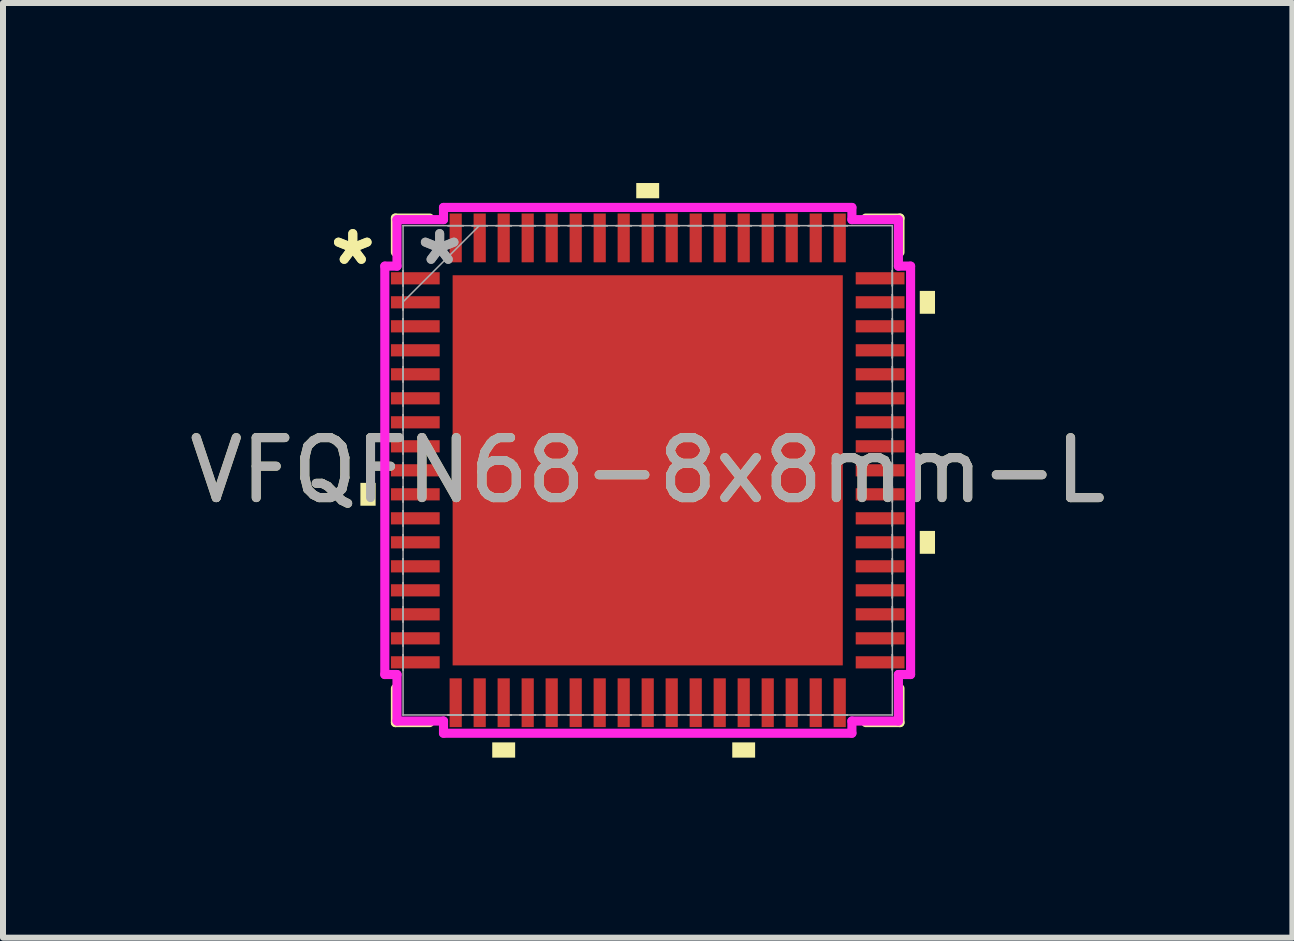
<source format=kicad_pcb>
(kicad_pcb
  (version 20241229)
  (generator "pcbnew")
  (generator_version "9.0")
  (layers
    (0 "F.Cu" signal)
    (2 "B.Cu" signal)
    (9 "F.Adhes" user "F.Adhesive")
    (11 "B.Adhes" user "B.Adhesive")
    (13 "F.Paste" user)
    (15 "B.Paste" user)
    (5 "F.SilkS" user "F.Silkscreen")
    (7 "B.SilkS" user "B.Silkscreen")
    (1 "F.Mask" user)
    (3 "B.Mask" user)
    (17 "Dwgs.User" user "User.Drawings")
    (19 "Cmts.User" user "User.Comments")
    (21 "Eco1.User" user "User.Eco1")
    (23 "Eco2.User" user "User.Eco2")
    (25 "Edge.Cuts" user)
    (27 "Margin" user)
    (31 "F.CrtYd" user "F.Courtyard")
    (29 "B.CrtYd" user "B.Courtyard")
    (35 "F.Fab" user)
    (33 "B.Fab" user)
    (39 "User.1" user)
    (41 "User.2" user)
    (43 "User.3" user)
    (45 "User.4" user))
  (footprint "VFQFN68-8x8mm-L"
    (layer "F.Cu")
    (at 7.744 4.788)
    (property "Reference" "VFQFN68-8x8mm-L" (at 0 0 0) (unlocked yes) (layer "F.SilkS") (effects (font (size 1 1) (thickness 0.15))))
    (attr smd)
    (fp_line (start -4.204 -4.204) (end -4.204 -3.634) (stroke (width 0.152) (type solid)) (layer "F.SilkS"))
    (fp_line (start -4.204 3.634) (end -4.204 4.204) (stroke (width 0.152) (type solid)) (layer "F.SilkS"))
    (fp_line (start -4.204 4.204) (end -3.634 4.204) (stroke (width 0.152) (type solid)) (layer "F.SilkS"))
    (fp_line (start -3.634 -4.204) (end -4.204 -4.204) (stroke (width 0.152) (type solid)) (layer "F.SilkS"))
    (fp_line (start 3.634 4.204) (end 4.204 4.204) (stroke (width 0.152) (type solid)) (layer "F.SilkS"))
    (fp_line (start 4.204 -4.204) (end 3.634 -4.204) (stroke (width 0.152) (type solid)) (layer "F.SilkS"))
    (fp_line (start 4.204 -3.634) (end 4.204 -4.204) (stroke (width 0.152) (type solid)) (layer "F.SilkS"))
    (fp_line (start 4.204 4.204) (end 4.204 3.634) (stroke (width 0.152) (type solid)) (layer "F.SilkS"))
    (fp_poly (pts (xy -4.788 0.209) (xy -4.788 0.59) (xy -4.534 0.59) (xy -4.534 0.209)) (stroke (width 0) (type solid)) (fill yes) (layer "F.SilkS"))
    (fp_poly (pts (xy -2.591 4.534) (xy -2.591 4.788) (xy -2.209 4.788) (xy -2.209 4.534)) (stroke (width 0) (type solid)) (fill yes) (layer "F.SilkS"))
    (fp_poly (pts (xy -0.191 -4.534) (xy -0.191 -4.788) (xy 0.191 -4.788) (xy 0.191 -4.534)) (stroke (width 0) (type solid)) (fill yes) (layer "F.SilkS"))
    (fp_poly (pts (xy 1.409 4.534) (xy 1.409 4.788) (xy 1.79 4.788) (xy 1.79 4.534)) (stroke (width 0) (type solid)) (fill yes) (layer "F.SilkS"))
    (fp_poly (pts (xy 4.788 -2.99) (xy 4.788 -2.609) (xy 4.534 -2.609) (xy 4.534 -2.99)) (stroke (width 0) (type solid)) (fill yes) (layer "F.SilkS"))
    (fp_poly (pts (xy 4.788 1.01) (xy 4.788 1.391) (xy 4.534 1.391) (xy 4.534 1.01)) (stroke (width 0) (type solid)) (fill yes) (layer "F.SilkS"))
    (fp_poly (pts (xy -3.151 -3.151) (xy -3.151 -2.051) (xy -2.051 -2.051) (xy -2.051 -3.151)) (stroke (width 0) (type solid)) (fill yes) (layer "F.Paste"))
    (fp_poly (pts (xy -3.151 -1.851) (xy -3.151 -0.75) (xy -2.051 -0.75) (xy -2.051 -1.851)) (stroke (width 0) (type solid)) (fill yes) (layer "F.Paste"))
    (fp_poly (pts (xy -3.151 -0.55) (xy -3.151 0.55) (xy -2.051 0.55) (xy -2.051 -0.55)) (stroke (width 0) (type solid)) (fill yes) (layer "F.Paste"))
    (fp_poly (pts (xy -3.151 0.75) (xy -3.151 1.851) (xy -2.051 1.851) (xy -2.051 0.75)) (stroke (width 0) (type solid)) (fill yes) (layer "F.Paste"))
    (fp_poly (pts (xy -3.151 2.051) (xy -3.151 3.151) (xy -2.051 3.151) (xy -2.051 2.051)) (stroke (width 0) (type solid)) (fill yes) (layer "F.Paste"))
    (fp_poly (pts (xy -1.851 -3.151) (xy -1.851 -2.051) (xy -0.75 -2.051) (xy -0.75 -3.151)) (stroke (width 0) (type solid)) (fill yes) (layer "F.Paste"))
    (fp_poly (pts (xy -1.851 -1.851) (xy -1.851 -0.75) (xy -0.75 -0.75) (xy -0.75 -1.851)) (stroke (width 0) (type solid)) (fill yes) (layer "F.Paste"))
    (fp_poly (pts (xy -1.851 -0.55) (xy -1.851 0.55) (xy -0.75 0.55) (xy -0.75 -0.55)) (stroke (width 0) (type solid)) (fill yes) (layer "F.Paste"))
    (fp_poly (pts (xy -1.851 0.75) (xy -1.851 1.851) (xy -0.75 1.851) (xy -0.75 0.75)) (stroke (width 0) (type solid)) (fill yes) (layer "F.Paste"))
    (fp_poly (pts (xy -1.851 2.051) (xy -1.851 3.151) (xy -0.75 3.151) (xy -0.75 2.051)) (stroke (width 0) (type solid)) (fill yes) (layer "F.Paste"))
    (fp_poly (pts (xy -0.55 -3.151) (xy -0.55 -2.051) (xy 0.55 -2.051) (xy 0.55 -3.151)) (stroke (width 0) (type solid)) (fill yes) (layer "F.Paste"))
    (fp_poly (pts (xy -0.55 -1.851) (xy -0.55 -0.75) (xy 0.55 -0.75) (xy 0.55 -1.851)) (stroke (width 0) (type solid)) (fill yes) (layer "F.Paste"))
    (fp_poly (pts (xy -0.55 -0.55) (xy -0.55 0.55) (xy 0.55 0.55) (xy 0.55 -0.55)) (stroke (width 0) (type solid)) (fill yes) (layer "F.Paste"))
    (fp_poly (pts (xy -0.55 0.75) (xy -0.55 1.851) (xy 0.55 1.851) (xy 0.55 0.75)) (stroke (width 0) (type solid)) (fill yes) (layer "F.Paste"))
    (fp_poly (pts (xy -0.55 2.051) (xy -0.55 3.151) (xy 0.55 3.151) (xy 0.55 2.051)) (stroke (width 0) (type solid)) (fill yes) (layer "F.Paste"))
    (fp_poly (pts (xy 0.75 -3.151) (xy 0.75 -2.051) (xy 1.851 -2.051) (xy 1.851 -3.151)) (stroke (width 0) (type solid)) (fill yes) (layer "F.Paste"))
    (fp_poly (pts (xy 0.75 -1.851) (xy 0.75 -0.75) (xy 1.851 -0.75) (xy 1.851 -1.851)) (stroke (width 0) (type solid)) (fill yes) (layer "F.Paste"))
    (fp_poly (pts (xy 0.75 -0.55) (xy 0.75 0.55) (xy 1.851 0.55) (xy 1.851 -0.55)) (stroke (width 0) (type solid)) (fill yes) (layer "F.Paste"))
    (fp_poly (pts (xy 0.75 0.75) (xy 0.75 1.851) (xy 1.851 1.851) (xy 1.851 0.75)) (stroke (width 0) (type solid)) (fill yes) (layer "F.Paste"))
    (fp_poly (pts (xy 0.75 2.051) (xy 0.75 3.151) (xy 1.851 3.151) (xy 1.851 2.051)) (stroke (width 0) (type solid)) (fill yes) (layer "F.Paste"))
    (fp_poly (pts (xy 2.051 -3.151) (xy 2.051 -2.051) (xy 3.151 -2.051) (xy 3.151 -3.151)) (stroke (width 0) (type solid)) (fill yes) (layer "F.Paste"))
    (fp_poly (pts (xy 2.051 -1.851) (xy 2.051 -0.75) (xy 3.151 -0.75) (xy 3.151 -1.851)) (stroke (width 0) (type solid)) (fill yes) (layer "F.Paste"))
    (fp_poly (pts (xy 2.051 -0.55) (xy 2.051 0.55) (xy 3.151 0.55) (xy 3.151 -0.55)) (stroke (width 0) (type solid)) (fill yes) (layer "F.Paste"))
    (fp_poly (pts (xy 2.051 0.75) (xy 2.051 1.851) (xy 3.151 1.851) (xy 3.151 0.75)) (stroke (width 0) (type solid)) (fill yes) (layer "F.Paste"))
    (fp_poly (pts (xy 2.051 2.051) (xy 2.051 3.151) (xy 3.151 3.151) (xy 3.151 2.051)) (stroke (width 0) (type solid)) (fill yes) (layer "F.Paste"))
    (fp_line (start -4.381 -3.403) (end -4.178 -3.403) (stroke (width 0.152) (type solid)) (layer "F.CrtYd"))
    (fp_line (start -4.381 3.403) (end -4.381 -3.403) (stroke (width 0.152) (type solid)) (layer "F.CrtYd"))
    (fp_line (start -4.178 -4.178) (end -3.403 -4.178) (stroke (width 0.152) (type solid)) (layer "F.CrtYd"))
    (fp_line (start -4.178 -3.403) (end -4.178 -4.178) (stroke (width 0.152) (type solid)) (layer "F.CrtYd"))
    (fp_line (start -4.178 3.403) (end -4.381 3.403) (stroke (width 0.152) (type solid)) (layer "F.CrtYd"))
    (fp_line (start -4.178 4.178) (end -4.178 3.403) (stroke (width 0.152) (type solid)) (layer "F.CrtYd"))
    (fp_line (start -3.403 -4.381) (end 3.403 -4.381) (stroke (width 0.152) (type solid)) (layer "F.CrtYd"))
    (fp_line (start -3.403 -4.178) (end -3.403 -4.381) (stroke (width 0.152) (type solid)) (layer "F.CrtYd"))
    (fp_line (start -3.403 4.178) (end -4.178 4.178) (stroke (width 0.152) (type solid)) (layer "F.CrtYd"))
    (fp_line (start -3.403 4.381) (end -3.403 4.178) (stroke (width 0.152) (type solid)) (layer "F.CrtYd"))
    (fp_line (start 3.403 -4.381) (end 3.403 -4.178) (stroke (width 0.152) (type solid)) (layer "F.CrtYd"))
    (fp_line (start 3.403 -4.178) (end 4.178 -4.178) (stroke (width 0.152) (type solid)) (layer "F.CrtYd"))
    (fp_line (start 3.403 4.178) (end 3.403 4.381) (stroke (width 0.152) (type solid)) (layer "F.CrtYd"))
    (fp_line (start 3.403 4.381) (end -3.403 4.381) (stroke (width 0.152) (type solid)) (layer "F.CrtYd"))
    (fp_line (start 4.178 -4.178) (end 4.178 -3.403) (stroke (width 0.152) (type solid)) (layer "F.CrtYd"))
    (fp_line (start 4.178 -3.403) (end 4.381 -3.403) (stroke (width 0.152) (type solid)) (layer "F.CrtYd"))
    (fp_line (start 4.178 3.403) (end 4.178 4.178) (stroke (width 0.152) (type solid)) (layer "F.CrtYd"))
    (fp_line (start 4.178 4.178) (end 3.403 4.178) (stroke (width 0.152) (type solid)) (layer "F.CrtYd"))
    (fp_line (start 4.381 -3.403) (end 4.381 3.403) (stroke (width 0.152) (type solid)) (layer "F.CrtYd"))
    (fp_line (start 4.381 3.403) (end 4.178 3.403) (stroke (width 0.152) (type solid)) (layer "F.CrtYd"))
    (fp_line (start -4.077 -4.077) (end -4.077 -4.077) (stroke (width 0.025) (type solid)) (layer "F.Fab"))
    (fp_line (start -4.077 -4.077) (end -4.077 4.077) (stroke (width 0.025) (type solid)) (layer "F.Fab"))
    (fp_line (start -4.077 -3.327) (end -4.077 -3.327) (stroke (width 0.025) (type solid)) (layer "F.Fab"))
    (fp_line (start -4.077 -3.327) (end -4.077 -3.073) (stroke (width 0.025) (type solid)) (layer "F.Fab"))
    (fp_line (start -4.077 -3.073) (end -4.077 -3.327) (stroke (width 0.025) (type solid)) (layer "F.Fab"))
    (fp_line (start -4.077 -3.073) (end -4.077 -3.073) (stroke (width 0.025) (type solid)) (layer "F.Fab"))
    (fp_line (start -4.077 -2.927) (end -4.077 -2.927) (stroke (width 0.025) (type solid)) (layer "F.Fab"))
    (fp_line (start -4.077 -2.927) (end -4.077 -2.673) (stroke (width 0.025) (type solid)) (layer "F.Fab"))
    (fp_line (start -4.077 -2.807) (end -2.807 -4.077) (stroke (width 0.025) (type solid)) (layer "F.Fab"))
    (fp_line (start -4.077 -2.673) (end -4.077 -2.927) (stroke (width 0.025) (type solid)) (layer "F.Fab"))
    (fp_line (start -4.077 -2.673) (end -4.077 -2.673) (stroke (width 0.025) (type solid)) (layer "F.Fab"))
    (fp_line (start -4.077 -2.527) (end -4.077 -2.527) (stroke (width 0.025) (type solid)) (layer "F.Fab"))
    (fp_line (start -4.077 -2.527) (end -4.077 -2.273) (stroke (width 0.025) (type solid)) (layer "F.Fab"))
    (fp_line (start -4.077 -2.273) (end -4.077 -2.527) (stroke (width 0.025) (type solid)) (layer "F.Fab"))
    (fp_line (start -4.077 -2.273) (end -4.077 -2.273) (stroke (width 0.025) (type solid)) (layer "F.Fab"))
    (fp_line (start -4.077 -2.127) (end -4.077 -2.127) (stroke (width 0.025) (type solid)) (layer "F.Fab"))
    (fp_line (start -4.077 -2.127) (end -4.077 -1.873) (stroke (width 0.025) (type solid)) (layer "F.Fab"))
    (fp_line (start -4.077 -1.873) (end -4.077 -2.127) (stroke (width 0.025) (type solid)) (layer "F.Fab"))
    (fp_line (start -4.077 -1.873) (end -4.077 -1.873) (stroke (width 0.025) (type solid)) (layer "F.Fab"))
    (fp_line (start -4.077 -1.727) (end -4.077 -1.727) (stroke (width 0.025) (type solid)) (layer "F.Fab"))
    (fp_line (start -4.077 -1.727) (end -4.077 -1.473) (stroke (width 0.025) (type solid)) (layer "F.Fab"))
    (fp_line (start -4.077 -1.473) (end -4.077 -1.727) (stroke (width 0.025) (type solid)) (layer "F.Fab"))
    (fp_line (start -4.077 -1.473) (end -4.077 -1.473) (stroke (width 0.025) (type solid)) (layer "F.Fab"))
    (fp_line (start -4.077 -1.327) (end -4.077 -1.327) (stroke (width 0.025) (type solid)) (layer "F.Fab"))
    (fp_line (start -4.077 -1.327) (end -4.077 -1.073) (stroke (width 0.025) (type solid)) (layer "F.Fab"))
    (fp_line (start -4.077 -1.073) (end -4.077 -1.327) (stroke (width 0.025) (type solid)) (layer "F.Fab"))
    (fp_line (start -4.077 -1.073) (end -4.077 -1.073) (stroke (width 0.025) (type solid)) (layer "F.Fab"))
    (fp_line (start -4.077 -0.927) (end -4.077 -0.927) (stroke (width 0.025) (type solid)) (layer "F.Fab"))
    (fp_line (start -4.077 -0.927) (end -4.077 -0.673) (stroke (width 0.025) (type solid)) (layer "F.Fab"))
    (fp_line (start -4.077 -0.673) (end -4.077 -0.927) (stroke (width 0.025) (type solid)) (layer "F.Fab"))
    (fp_line (start -4.077 -0.673) (end -4.077 -0.673) (stroke (width 0.025) (type solid)) (layer "F.Fab"))
    (fp_line (start -4.077 -0.527) (end -4.077 -0.527) (stroke (width 0.025) (type solid)) (layer "F.Fab"))
    (fp_line (start -4.077 -0.527) (end -4.077 -0.273) (stroke (width 0.025) (type solid)) (layer "F.Fab"))
    (fp_line (start -4.077 -0.273) (end -4.077 -0.527) (stroke (width 0.025) (type solid)) (layer "F.Fab"))
    (fp_line (start -4.077 -0.273) (end -4.077 -0.273) (stroke (width 0.025) (type solid)) (layer "F.Fab"))
    (fp_line (start -4.077 -0.127) (end -4.077 -0.127) (stroke (width 0.025) (type solid)) (layer "F.Fab"))
    (fp_line (start -4.077 -0.127) (end -4.077 0.127) (stroke (width 0.025) (type solid)) (layer "F.Fab"))
    (fp_line (start -4.077 0.127) (end -4.077 -0.127) (stroke (width 0.025) (type solid)) (layer "F.Fab"))
    (fp_line (start -4.077 0.127) (end -4.077 0.127) (stroke (width 0.025) (type solid)) (layer "F.Fab"))
    (fp_line (start -4.077 0.273) (end -4.077 0.273) (stroke (width 0.025) (type solid)) (layer "F.Fab"))
    (fp_line (start -4.077 0.273) (end -4.077 0.527) (stroke (width 0.025) (type solid)) (layer "F.Fab"))
    (fp_line (start -4.077 0.527) (end -4.077 0.273) (stroke (width 0.025) (type solid)) (layer "F.Fab"))
    (fp_line (start -4.077 0.527) (end -4.077 0.527) (stroke (width 0.025) (type solid)) (layer "F.Fab"))
    (fp_line (start -4.077 0.673) (end -4.077 0.673) (stroke (width 0.025) (type solid)) (layer "F.Fab"))
    (fp_line (start -4.077 0.673) (end -4.077 0.927) (stroke (width 0.025) (type solid)) (layer "F.Fab"))
    (fp_line (start -4.077 0.927) (end -4.077 0.673) (stroke (width 0.025) (type solid)) (layer "F.Fab"))
    (fp_line (start -4.077 0.927) (end -4.077 0.927) (stroke (width 0.025) (type solid)) (layer "F.Fab"))
    (fp_line (start -4.077 1.073) (end -4.077 1.073) (stroke (width 0.025) (type solid)) (layer "F.Fab"))
    (fp_line (start -4.077 1.073) (end -4.077 1.327) (stroke (width 0.025) (type solid)) (layer "F.Fab"))
    (fp_line (start -4.077 1.327) (end -4.077 1.073) (stroke (width 0.025) (type solid)) (layer "F.Fab"))
    (fp_line (start -4.077 1.327) (end -4.077 1.327) (stroke (width 0.025) (type solid)) (layer "F.Fab"))
    (fp_line (start -4.077 1.473) (end -4.077 1.473) (stroke (width 0.025) (type solid)) (layer "F.Fab"))
    (fp_line (start -4.077 1.473) (end -4.077 1.727) (stroke (width 0.025) (type solid)) (layer "F.Fab"))
    (fp_line (start -4.077 1.727) (end -4.077 1.473) (stroke (width 0.025) (type solid)) (layer "F.Fab"))
    (fp_line (start -4.077 1.727) (end -4.077 1.727) (stroke (width 0.025) (type solid)) (layer "F.Fab"))
    (fp_line (start -4.077 1.873) (end -4.077 1.873) (stroke (width 0.025) (type solid)) (layer "F.Fab"))
    (fp_line (start -4.077 1.873) (end -4.077 2.127) (stroke (width 0.025) (type solid)) (layer "F.Fab"))
    (fp_line (start -4.077 2.127) (end -4.077 1.873) (stroke (width 0.025) (type solid)) (layer "F.Fab"))
    (fp_line (start -4.077 2.127) (end -4.077 2.127) (stroke (width 0.025) (type solid)) (layer "F.Fab"))
    (fp_line (start -4.077 2.273) (end -4.077 2.273) (stroke (width 0.025) (type solid)) (layer "F.Fab"))
    (fp_line (start -4.077 2.273) (end -4.077 2.527) (stroke (width 0.025) (type solid)) (layer "F.Fab"))
    (fp_line (start -4.077 2.527) (end -4.077 2.273) (stroke (width 0.025) (type solid)) (layer "F.Fab"))
    (fp_line (start -4.077 2.527) (end -4.077 2.527) (stroke (width 0.025) (type solid)) (layer "F.Fab"))
    (fp_line (start -4.077 2.673) (end -4.077 2.673) (stroke (width 0.025) (type solid)) (layer "F.Fab"))
    (fp_line (start -4.077 2.673) (end -4.077 2.927) (stroke (width 0.025) (type solid)) (layer "F.Fab"))
    (fp_line (start -4.077 2.927) (end -4.077 2.673) (stroke (width 0.025) (type solid)) (layer "F.Fab"))
    (fp_line (start -4.077 2.927) (end -4.077 2.927) (stroke (width 0.025) (type solid)) (layer "F.Fab"))
    (fp_line (start -4.077 3.073) (end -4.077 3.073) (stroke (width 0.025) (type solid)) (layer "F.Fab"))
    (fp_line (start -4.077 3.073) (end -4.077 3.327) (stroke (width 0.025) (type solid)) (layer "F.Fab"))
    (fp_line (start -4.077 3.327) (end -4.077 3.073) (stroke (width 0.025) (type solid)) (layer "F.Fab"))
    (fp_line (start -4.077 3.327) (end -4.077 3.327) (stroke (width 0.025) (type solid)) (layer "F.Fab"))
    (fp_line (start -4.077 4.077) (end -4.077 4.077) (stroke (width 0.025) (type solid)) (layer "F.Fab"))
    (fp_line (start -4.077 4.077) (end 4.077 4.077) (stroke (width 0.025) (type solid)) (layer "F.Fab"))
    (fp_line (start -3.327 -4.077) (end -3.327 -4.077) (stroke (width 0.025) (type solid)) (layer "F.Fab"))
    (fp_line (start -3.327 -4.077) (end -3.073 -4.077) (stroke (width 0.025) (type solid)) (layer "F.Fab"))
    (fp_line (start -3.327 4.077) (end -3.327 4.077) (stroke (width 0.025) (type solid)) (layer "F.Fab"))
    (fp_line (start -3.327 4.077) (end -3.073 4.077) (stroke (width 0.025) (type solid)) (layer "F.Fab"))
    (fp_line (start -3.073 -4.077) (end -3.327 -4.077) (stroke (width 0.025) (type solid)) (layer "F.Fab"))
    (fp_line (start -3.073 -4.077) (end -3.073 -4.077) (stroke (width 0.025) (type solid)) (layer "F.Fab"))
    (fp_line (start -3.073 4.077) (end -3.327 4.077) (stroke (width 0.025) (type solid)) (layer "F.Fab"))
    (fp_line (start -3.073 4.077) (end -3.073 4.077) (stroke (width 0.025) (type solid)) (layer "F.Fab"))
    (fp_line (start -2.927 -4.077) (end -2.927 -4.077) (stroke (width 0.025) (type solid)) (layer "F.Fab"))
    (fp_line (start -2.927 -4.077) (end -2.673 -4.077) (stroke (width 0.025) (type solid)) (layer "F.Fab"))
    (fp_line (start -2.927 4.077) (end -2.927 4.077) (stroke (width 0.025) (type solid)) (layer "F.Fab"))
    (fp_line (start -2.927 4.077) (end -2.673 4.077) (stroke (width 0.025) (type solid)) (layer "F.Fab"))
    (fp_line (start -2.673 -4.077) (end -2.927 -4.077) (stroke (width 0.025) (type solid)) (layer "F.Fab"))
    (fp_line (start -2.673 -4.077) (end -2.673 -4.077) (stroke (width 0.025) (type solid)) (layer "F.Fab"))
    (fp_line (start -2.673 4.077) (end -2.927 4.077) (stroke (width 0.025) (type solid)) (layer "F.Fab"))
    (fp_line (start -2.673 4.077) (end -2.673 4.077) (stroke (width 0.025) (type solid)) (layer "F.Fab"))
    (fp_line (start -2.527 -4.077) (end -2.527 -4.077) (stroke (width 0.025) (type solid)) (layer "F.Fab"))
    (fp_line (start -2.527 -4.077) (end -2.273 -4.077) (stroke (width 0.025) (type solid)) (layer "F.Fab"))
    (fp_line (start -2.527 4.077) (end -2.527 4.077) (stroke (width 0.025) (type solid)) (layer "F.Fab"))
    (fp_line (start -2.527 4.077) (end -2.273 4.077) (stroke (width 0.025) (type solid)) (layer "F.Fab"))
    (fp_line (start -2.273 -4.077) (end -2.527 -4.077) (stroke (width 0.025) (type solid)) (layer "F.Fab"))
    (fp_line (start -2.273 -4.077) (end -2.273 -4.077) (stroke (width 0.025) (type solid)) (layer "F.Fab"))
    (fp_line (start -2.273 4.077) (end -2.527 4.077) (stroke (width 0.025) (type solid)) (layer "F.Fab"))
    (fp_line (start -2.273 4.077) (end -2.273 4.077) (stroke (width 0.025) (type solid)) (layer "F.Fab"))
    (fp_line (start -2.127 -4.077) (end -2.127 -4.077) (stroke (width 0.025) (type solid)) (layer "F.Fab"))
    (fp_line (start -2.127 -4.077) (end -1.873 -4.077) (stroke (width 0.025) (type solid)) (layer "F.Fab"))
    (fp_line (start -2.127 4.077) (end -2.127 4.077) (stroke (width 0.025) (type solid)) (layer "F.Fab"))
    (fp_line (start -2.127 4.077) (end -1.873 4.077) (stroke (width 0.025) (type solid)) (layer "F.Fab"))
    (fp_line (start -1.873 -4.077) (end -2.127 -4.077) (stroke (width 0.025) (type solid)) (layer "F.Fab"))
    (fp_line (start -1.873 -4.077) (end -1.873 -4.077) (stroke (width 0.025) (type solid)) (layer "F.Fab"))
    (fp_line (start -1.873 4.077) (end -2.127 4.077) (stroke (width 0.025) (type solid)) (layer "F.Fab"))
    (fp_line (start -1.873 4.077) (end -1.873 4.077) (stroke (width 0.025) (type solid)) (layer "F.Fab"))
    (fp_line (start -1.727 -4.077) (end -1.727 -4.077) (stroke (width 0.025) (type solid)) (layer "F.Fab"))
    (fp_line (start -1.727 -4.077) (end -1.473 -4.077) (stroke (width 0.025) (type solid)) (layer "F.Fab"))
    (fp_line (start -1.727 4.077) (end -1.727 4.077) (stroke (width 0.025) (type solid)) (layer "F.Fab"))
    (fp_line (start -1.727 4.077) (end -1.473 4.077) (stroke (width 0.025) (type solid)) (layer "F.Fab"))
    (fp_line (start -1.473 -4.077) (end -1.727 -4.077) (stroke (width 0.025) (type solid)) (layer "F.Fab"))
    (fp_line (start -1.473 -4.077) (end -1.473 -4.077) (stroke (width 0.025) (type solid)) (layer "F.Fab"))
    (fp_line (start -1.473 4.077) (end -1.727 4.077) (stroke (width 0.025) (type solid)) (layer "F.Fab"))
    (fp_line (start -1.473 4.077) (end -1.473 4.077) (stroke (width 0.025) (type solid)) (layer "F.Fab"))
    (fp_line (start -1.327 -4.077) (end -1.327 -4.077) (stroke (width 0.025) (type solid)) (layer "F.Fab"))
    (fp_line (start -1.327 -4.077) (end -1.073 -4.077) (stroke (width 0.025) (type solid)) (layer "F.Fab"))
    (fp_line (start -1.327 4.077) (end -1.327 4.077) (stroke (width 0.025) (type solid)) (layer "F.Fab"))
    (fp_line (start -1.327 4.077) (end -1.073 4.077) (stroke (width 0.025) (type solid)) (layer "F.Fab"))
    (fp_line (start -1.073 -4.077) (end -1.327 -4.077) (stroke (width 0.025) (type solid)) (layer "F.Fab"))
    (fp_line (start -1.073 -4.077) (end -1.073 -4.077) (stroke (width 0.025) (type solid)) (layer "F.Fab"))
    (fp_line (start -1.073 4.077) (end -1.327 4.077) (stroke (width 0.025) (type solid)) (layer "F.Fab"))
    (fp_line (start -1.073 4.077) (end -1.073 4.077) (stroke (width 0.025) (type solid)) (layer "F.Fab"))
    (fp_line (start -0.927 -4.077) (end -0.927 -4.077) (stroke (width 0.025) (type solid)) (layer "F.Fab"))
    (fp_line (start -0.927 -4.077) (end -0.673 -4.077) (stroke (width 0.025) (type solid)) (layer "F.Fab"))
    (fp_line (start -0.927 4.077) (end -0.927 4.077) (stroke (width 0.025) (type solid)) (layer "F.Fab"))
    (fp_line (start -0.927 4.077) (end -0.673 4.077) (stroke (width 0.025) (type solid)) (layer "F.Fab"))
    (fp_line (start -0.673 -4.077) (end -0.927 -4.077) (stroke (width 0.025) (type solid)) (layer "F.Fab"))
    (fp_line (start -0.673 -4.077) (end -0.673 -4.077) (stroke (width 0.025) (type solid)) (layer "F.Fab"))
    (fp_line (start -0.673 4.077) (end -0.927 4.077) (stroke (width 0.025) (type solid)) (layer "F.Fab"))
    (fp_line (start -0.673 4.077) (end -0.673 4.077) (stroke (width 0.025) (type solid)) (layer "F.Fab"))
    (fp_line (start -0.527 -4.077) (end -0.527 -4.077) (stroke (width 0.025) (type solid)) (layer "F.Fab"))
    (fp_line (start -0.527 -4.077) (end -0.273 -4.077) (stroke (width 0.025) (type solid)) (layer "F.Fab"))
    (fp_line (start -0.527 4.077) (end -0.527 4.077) (stroke (width 0.025) (type solid)) (layer "F.Fab"))
    (fp_line (start -0.527 4.077) (end -0.273 4.077) (stroke (width 0.025) (type solid)) (layer "F.Fab"))
    (fp_line (start -0.273 -4.077) (end -0.527 -4.077) (stroke (width 0.025) (type solid)) (layer "F.Fab"))
    (fp_line (start -0.273 -4.077) (end -0.273 -4.077) (stroke (width 0.025) (type solid)) (layer "F.Fab"))
    (fp_line (start -0.273 4.077) (end -0.527 4.077) (stroke (width 0.025) (type solid)) (layer "F.Fab"))
    (fp_line (start -0.273 4.077) (end -0.273 4.077) (stroke (width 0.025) (type solid)) (layer "F.Fab"))
    (fp_line (start -0.127 -4.077) (end -0.127 -4.077) (stroke (width 0.025) (type solid)) (layer "F.Fab"))
    (fp_line (start -0.127 -4.077) (end 0.127 -4.077) (stroke (width 0.025) (type solid)) (layer "F.Fab"))
    (fp_line (start -0.127 4.077) (end -0.127 4.077) (stroke (width 0.025) (type solid)) (layer "F.Fab"))
    (fp_line (start -0.127 4.077) (end 0.127 4.077) (stroke (width 0.025) (type solid)) (layer "F.Fab"))
    (fp_line (start 0.127 -4.077) (end -0.127 -4.077) (stroke (width 0.025) (type solid)) (layer "F.Fab"))
    (fp_line (start 0.127 -4.077) (end 0.127 -4.077) (stroke (width 0.025) (type solid)) (layer "F.Fab"))
    (fp_line (start 0.127 4.077) (end -0.127 4.077) (stroke (width 0.025) (type solid)) (layer "F.Fab"))
    (fp_line (start 0.127 4.077) (end 0.127 4.077) (stroke (width 0.025) (type solid)) (layer "F.Fab"))
    (fp_line (start 0.273 -4.077) (end 0.273 -4.077) (stroke (width 0.025) (type solid)) (layer "F.Fab"))
    (fp_line (start 0.273 -4.077) (end 0.527 -4.077) (stroke (width 0.025) (type solid)) (layer "F.Fab"))
    (fp_line (start 0.273 4.077) (end 0.273 4.077) (stroke (width 0.025) (type solid)) (layer "F.Fab"))
    (fp_line (start 0.273 4.077) (end 0.527 4.077) (stroke (width 0.025) (type solid)) (layer "F.Fab"))
    (fp_line (start 0.527 -4.077) (end 0.273 -4.077) (stroke (width 0.025) (type solid)) (layer "F.Fab"))
    (fp_line (start 0.527 -4.077) (end 0.527 -4.077) (stroke (width 0.025) (type solid)) (layer "F.Fab"))
    (fp_line (start 0.527 4.077) (end 0.273 4.077) (stroke (width 0.025) (type solid)) (layer "F.Fab"))
    (fp_line (start 0.527 4.077) (end 0.527 4.077) (stroke (width 0.025) (type solid)) (layer "F.Fab"))
    (fp_line (start 0.673 -4.077) (end 0.673 -4.077) (stroke (width 0.025) (type solid)) (layer "F.Fab"))
    (fp_line (start 0.673 -4.077) (end 0.927 -4.077) (stroke (width 0.025) (type solid)) (layer "F.Fab"))
    (fp_line (start 0.673 4.077) (end 0.673 4.077) (stroke (width 0.025) (type solid)) (layer "F.Fab"))
    (fp_line (start 0.673 4.077) (end 0.927 4.077) (stroke (width 0.025) (type solid)) (layer "F.Fab"))
    (fp_line (start 0.927 -4.077) (end 0.673 -4.077) (stroke (width 0.025) (type solid)) (layer "F.Fab"))
    (fp_line (start 0.927 -4.077) (end 0.927 -4.077) (stroke (width 0.025) (type solid)) (layer "F.Fab"))
    (fp_line (start 0.927 4.077) (end 0.673 4.077) (stroke (width 0.025) (type solid)) (layer "F.Fab"))
    (fp_line (start 0.927 4.077) (end 0.927 4.077) (stroke (width 0.025) (type solid)) (layer "F.Fab"))
    (fp_line (start 1.073 -4.077) (end 1.073 -4.077) (stroke (width 0.025) (type solid)) (layer "F.Fab"))
    (fp_line (start 1.073 -4.077) (end 1.327 -4.077) (stroke (width 0.025) (type solid)) (layer "F.Fab"))
    (fp_line (start 1.073 4.077) (end 1.073 4.077) (stroke (width 0.025) (type solid)) (layer "F.Fab"))
    (fp_line (start 1.073 4.077) (end 1.327 4.077) (stroke (width 0.025) (type solid)) (layer "F.Fab"))
    (fp_line (start 1.327 -4.077) (end 1.073 -4.077) (stroke (width 0.025) (type solid)) (layer "F.Fab"))
    (fp_line (start 1.327 -4.077) (end 1.327 -4.077) (stroke (width 0.025) (type solid)) (layer "F.Fab"))
    (fp_line (start 1.327 4.077) (end 1.073 4.077) (stroke (width 0.025) (type solid)) (layer "F.Fab"))
    (fp_line (start 1.327 4.077) (end 1.327 4.077) (stroke (width 0.025) (type solid)) (layer "F.Fab"))
    (fp_line (start 1.473 -4.077) (end 1.473 -4.077) (stroke (width 0.025) (type solid)) (layer "F.Fab"))
    (fp_line (start 1.473 -4.077) (end 1.727 -4.077) (stroke (width 0.025) (type solid)) (layer "F.Fab"))
    (fp_line (start 1.473 4.077) (end 1.473 4.077) (stroke (width 0.025) (type solid)) (layer "F.Fab"))
    (fp_line (start 1.473 4.077) (end 1.727 4.077) (stroke (width 0.025) (type solid)) (layer "F.Fab"))
    (fp_line (start 1.727 -4.077) (end 1.473 -4.077) (stroke (width 0.025) (type solid)) (layer "F.Fab"))
    (fp_line (start 1.727 -4.077) (end 1.727 -4.077) (stroke (width 0.025) (type solid)) (layer "F.Fab"))
    (fp_line (start 1.727 4.077) (end 1.473 4.077) (stroke (width 0.025) (type solid)) (layer "F.Fab"))
    (fp_line (start 1.727 4.077) (end 1.727 4.077) (stroke (width 0.025) (type solid)) (layer "F.Fab"))
    (fp_line (start 1.873 -4.077) (end 1.873 -4.077) (stroke (width 0.025) (type solid)) (layer "F.Fab"))
    (fp_line (start 1.873 -4.077) (end 2.127 -4.077) (stroke (width 0.025) (type solid)) (layer "F.Fab"))
    (fp_line (start 1.873 4.077) (end 1.873 4.077) (stroke (width 0.025) (type solid)) (layer "F.Fab"))
    (fp_line (start 1.873 4.077) (end 2.127 4.077) (stroke (width 0.025) (type solid)) (layer "F.Fab"))
    (fp_line (start 2.127 -4.077) (end 1.873 -4.077) (stroke (width 0.025) (type solid)) (layer "F.Fab"))
    (fp_line (start 2.127 -4.077) (end 2.127 -4.077) (stroke (width 0.025) (type solid)) (layer "F.Fab"))
    (fp_line (start 2.127 4.077) (end 1.873 4.077) (stroke (width 0.025) (type solid)) (layer "F.Fab"))
    (fp_line (start 2.127 4.077) (end 2.127 4.077) (stroke (width 0.025) (type solid)) (layer "F.Fab"))
    (fp_line (start 2.273 -4.077) (end 2.273 -4.077) (stroke (width 0.025) (type solid)) (layer "F.Fab"))
    (fp_line (start 2.273 -4.077) (end 2.527 -4.077) (stroke (width 0.025) (type solid)) (layer "F.Fab"))
    (fp_line (start 2.273 4.077) (end 2.273 4.077) (stroke (width 0.025) (type solid)) (layer "F.Fab"))
    (fp_line (start 2.273 4.077) (end 2.527 4.077) (stroke (width 0.025) (type solid)) (layer "F.Fab"))
    (fp_line (start 2.527 -4.077) (end 2.273 -4.077) (stroke (width 0.025) (type solid)) (layer "F.Fab"))
    (fp_line (start 2.527 -4.077) (end 2.527 -4.077) (stroke (width 0.025) (type solid)) (layer "F.Fab"))
    (fp_line (start 2.527 4.077) (end 2.273 4.077) (stroke (width 0.025) (type solid)) (layer "F.Fab"))
    (fp_line (start 2.527 4.077) (end 2.527 4.077) (stroke (width 0.025) (type solid)) (layer "F.Fab"))
    (fp_line (start 2.673 -4.077) (end 2.673 -4.077) (stroke (width 0.025) (type solid)) (layer "F.Fab"))
    (fp_line (start 2.673 -4.077) (end 2.927 -4.077) (stroke (width 0.025) (type solid)) (layer "F.Fab"))
    (fp_line (start 2.673 4.077) (end 2.673 4.077) (stroke (width 0.025) (type solid)) (layer "F.Fab"))
    (fp_line (start 2.673 4.077) (end 2.927 4.077) (stroke (width 0.025) (type solid)) (layer "F.Fab"))
    (fp_line (start 2.927 -4.077) (end 2.673 -4.077) (stroke (width 0.025) (type solid)) (layer "F.Fab"))
    (fp_line (start 2.927 -4.077) (end 2.927 -4.077) (stroke (width 0.025) (type solid)) (layer "F.Fab"))
    (fp_line (start 2.927 4.077) (end 2.673 4.077) (stroke (width 0.025) (type solid)) (layer "F.Fab"))
    (fp_line (start 2.927 4.077) (end 2.927 4.077) (stroke (width 0.025) (type solid)) (layer "F.Fab"))
    (fp_line (start 3.073 -4.077) (end 3.073 -4.077) (stroke (width 0.025) (type solid)) (layer "F.Fab"))
    (fp_line (start 3.073 -4.077) (end 3.327 -4.077) (stroke (width 0.025) (type solid)) (layer "F.Fab"))
    (fp_line (start 3.073 4.077) (end 3.073 4.077) (stroke (width 0.025) (type solid)) (layer "F.Fab"))
    (fp_line (start 3.073 4.077) (end 3.327 4.077) (stroke (width 0.025) (type solid)) (layer "F.Fab"))
    (fp_line (start 3.327 -4.077) (end 3.073 -4.077) (stroke (width 0.025) (type solid)) (layer "F.Fab"))
    (fp_line (start 3.327 -4.077) (end 3.327 -4.077) (stroke (width 0.025) (type solid)) (layer "F.Fab"))
    (fp_line (start 3.327 4.077) (end 3.073 4.077) (stroke (width 0.025) (type solid)) (layer "F.Fab"))
    (fp_line (start 3.327 4.077) (end 3.327 4.077) (stroke (width 0.025) (type solid)) (layer "F.Fab"))
    (fp_line (start 4.077 -4.077) (end -4.077 -4.077) (stroke (width 0.025) (type solid)) (layer "F.Fab"))
    (fp_line (start 4.077 -4.077) (end 4.077 -4.077) (stroke (width 0.025) (type solid)) (layer "F.Fab"))
    (fp_line (start 4.077 -3.327) (end 4.077 -3.327) (stroke (width 0.025) (type solid)) (layer "F.Fab"))
    (fp_line (start 4.077 -3.327) (end 4.077 -3.073) (stroke (width 0.025) (type solid)) (layer "F.Fab"))
    (fp_line (start 4.077 -3.073) (end 4.077 -3.327) (stroke (width 0.025) (type solid)) (layer "F.Fab"))
    (fp_line (start 4.077 -3.073) (end 4.077 -3.073) (stroke (width 0.025) (type solid)) (layer "F.Fab"))
    (fp_line (start 4.077 -2.927) (end 4.077 -2.927) (stroke (width 0.025) (type solid)) (layer "F.Fab"))
    (fp_line (start 4.077 -2.927) (end 4.077 -2.673) (stroke (width 0.025) (type solid)) (layer "F.Fab"))
    (fp_line (start 4.077 -2.673) (end 4.077 -2.927) (stroke (width 0.025) (type solid)) (layer "F.Fab"))
    (fp_line (start 4.077 -2.673) (end 4.077 -2.673) (stroke (width 0.025) (type solid)) (layer "F.Fab"))
    (fp_line (start 4.077 -2.527) (end 4.077 -2.527) (stroke (width 0.025) (type solid)) (layer "F.Fab"))
    (fp_line (start 4.077 -2.527) (end 4.077 -2.273) (stroke (width 0.025) (type solid)) (layer "F.Fab"))
    (fp_line (start 4.077 -2.273) (end 4.077 -2.527) (stroke (width 0.025) (type solid)) (layer "F.Fab"))
    (fp_line (start 4.077 -2.273) (end 4.077 -2.273) (stroke (width 0.025) (type solid)) (layer "F.Fab"))
    (fp_line (start 4.077 -2.127) (end 4.077 -2.127) (stroke (width 0.025) (type solid)) (layer "F.Fab"))
    (fp_line (start 4.077 -2.127) (end 4.077 -1.873) (stroke (width 0.025) (type solid)) (layer "F.Fab"))
    (fp_line (start 4.077 -1.873) (end 4.077 -2.127) (stroke (width 0.025) (type solid)) (layer "F.Fab"))
    (fp_line (start 4.077 -1.873) (end 4.077 -1.873) (stroke (width 0.025) (type solid)) (layer "F.Fab"))
    (fp_line (start 4.077 -1.727) (end 4.077 -1.727) (stroke (width 0.025) (type solid)) (layer "F.Fab"))
    (fp_line (start 4.077 -1.727) (end 4.077 -1.473) (stroke (width 0.025) (type solid)) (layer "F.Fab"))
    (fp_line (start 4.077 -1.473) (end 4.077 -1.727) (stroke (width 0.025) (type solid)) (layer "F.Fab"))
    (fp_line (start 4.077 -1.473) (end 4.077 -1.473) (stroke (width 0.025) (type solid)) (layer "F.Fab"))
    (fp_line (start 4.077 -1.327) (end 4.077 -1.327) (stroke (width 0.025) (type solid)) (layer "F.Fab"))
    (fp_line (start 4.077 -1.327) (end 4.077 -1.073) (stroke (width 0.025) (type solid)) (layer "F.Fab"))
    (fp_line (start 4.077 -1.073) (end 4.077 -1.327) (stroke (width 0.025) (type solid)) (layer "F.Fab"))
    (fp_line (start 4.077 -1.073) (end 4.077 -1.073) (stroke (width 0.025) (type solid)) (layer "F.Fab"))
    (fp_line (start 4.077 -0.927) (end 4.077 -0.927) (stroke (width 0.025) (type solid)) (layer "F.Fab"))
    (fp_line (start 4.077 -0.927) (end 4.077 -0.673) (stroke (width 0.025) (type solid)) (layer "F.Fab"))
    (fp_line (start 4.077 -0.673) (end 4.077 -0.927) (stroke (width 0.025) (type solid)) (layer "F.Fab"))
    (fp_line (start 4.077 -0.673) (end 4.077 -0.673) (stroke (width 0.025) (type solid)) (layer "F.Fab"))
    (fp_line (start 4.077 -0.527) (end 4.077 -0.527) (stroke (width 0.025) (type solid)) (layer "F.Fab"))
    (fp_line (start 4.077 -0.527) (end 4.077 -0.273) (stroke (width 0.025) (type solid)) (layer "F.Fab"))
    (fp_line (start 4.077 -0.273) (end 4.077 -0.527) (stroke (width 0.025) (type solid)) (layer "F.Fab"))
    (fp_line (start 4.077 -0.273) (end 4.077 -0.273) (stroke (width 0.025) (type solid)) (layer "F.Fab"))
    (fp_line (start 4.077 -0.127) (end 4.077 -0.127) (stroke (width 0.025) (type solid)) (layer "F.Fab"))
    (fp_line (start 4.077 -0.127) (end 4.077 0.127) (stroke (width 0.025) (type solid)) (layer "F.Fab"))
    (fp_line (start 4.077 0.127) (end 4.077 -0.127) (stroke (width 0.025) (type solid)) (layer "F.Fab"))
    (fp_line (start 4.077 0.127) (end 4.077 0.127) (stroke (width 0.025) (type solid)) (layer "F.Fab"))
    (fp_line (start 4.077 0.273) (end 4.077 0.273) (stroke (width 0.025) (type solid)) (layer "F.Fab"))
    (fp_line (start 4.077 0.273) (end 4.077 0.527) (stroke (width 0.025) (type solid)) (layer "F.Fab"))
    (fp_line (start 4.077 0.527) (end 4.077 0.273) (stroke (width 0.025) (type solid)) (layer "F.Fab"))
    (fp_line (start 4.077 0.527) (end 4.077 0.527) (stroke (width 0.025) (type solid)) (layer "F.Fab"))
    (fp_line (start 4.077 0.673) (end 4.077 0.673) (stroke (width 0.025) (type solid)) (layer "F.Fab"))
    (fp_line (start 4.077 0.673) (end 4.077 0.927) (stroke (width 0.025) (type solid)) (layer "F.Fab"))
    (fp_line (start 4.077 0.927) (end 4.077 0.673) (stroke (width 0.025) (type solid)) (layer "F.Fab"))
    (fp_line (start 4.077 0.927) (end 4.077 0.927) (stroke (width 0.025) (type solid)) (layer "F.Fab"))
    (fp_line (start 4.077 1.073) (end 4.077 1.073) (stroke (width 0.025) (type solid)) (layer "F.Fab"))
    (fp_line (start 4.077 1.073) (end 4.077 1.327) (stroke (width 0.025) (type solid)) (layer "F.Fab"))
    (fp_line (start 4.077 1.327) (end 4.077 1.073) (stroke (width 0.025) (type solid)) (layer "F.Fab"))
    (fp_line (start 4.077 1.327) (end 4.077 1.327) (stroke (width 0.025) (type solid)) (layer "F.Fab"))
    (fp_line (start 4.077 1.473) (end 4.077 1.473) (stroke (width 0.025) (type solid)) (layer "F.Fab"))
    (fp_line (start 4.077 1.473) (end 4.077 1.727) (stroke (width 0.025) (type solid)) (layer "F.Fab"))
    (fp_line (start 4.077 1.727) (end 4.077 1.473) (stroke (width 0.025) (type solid)) (layer "F.Fab"))
    (fp_line (start 4.077 1.727) (end 4.077 1.727) (stroke (width 0.025) (type solid)) (layer "F.Fab"))
    (fp_line (start 4.077 1.873) (end 4.077 1.873) (stroke (width 0.025) (type solid)) (layer "F.Fab"))
    (fp_line (start 4.077 1.873) (end 4.077 2.127) (stroke (width 0.025) (type solid)) (layer "F.Fab"))
    (fp_line (start 4.077 2.127) (end 4.077 1.873) (stroke (width 0.025) (type solid)) (layer "F.Fab"))
    (fp_line (start 4.077 2.127) (end 4.077 2.127) (stroke (width 0.025) (type solid)) (layer "F.Fab"))
    (fp_line (start 4.077 2.273) (end 4.077 2.273) (stroke (width 0.025) (type solid)) (layer "F.Fab"))
    (fp_line (start 4.077 2.273) (end 4.077 2.527) (stroke (width 0.025) (type solid)) (layer "F.Fab"))
    (fp_line (start 4.077 2.527) (end 4.077 2.273) (stroke (width 0.025) (type solid)) (layer "F.Fab"))
    (fp_line (start 4.077 2.527) (end 4.077 2.527) (stroke (width 0.025) (type solid)) (layer "F.Fab"))
    (fp_line (start 4.077 2.673) (end 4.077 2.673) (stroke (width 0.025) (type solid)) (layer "F.Fab"))
    (fp_line (start 4.077 2.673) (end 4.077 2.927) (stroke (width 0.025) (type solid)) (layer "F.Fab"))
    (fp_line (start 4.077 2.927) (end 4.077 2.673) (stroke (width 0.025) (type solid)) (layer "F.Fab"))
    (fp_line (start 4.077 2.927) (end 4.077 2.927) (stroke (width 0.025) (type solid)) (layer "F.Fab"))
    (fp_line (start 4.077 3.073) (end 4.077 3.073) (stroke (width 0.025) (type solid)) (layer "F.Fab"))
    (fp_line (start 4.077 3.073) (end 4.077 3.327) (stroke (width 0.025) (type solid)) (layer "F.Fab"))
    (fp_line (start 4.077 3.327) (end 4.077 3.073) (stroke (width 0.025) (type solid)) (layer "F.Fab"))
    (fp_line (start 4.077 3.327) (end 4.077 3.327) (stroke (width 0.025) (type solid)) (layer "F.Fab"))
    (fp_line (start 4.077 4.077) (end 4.077 -4.077) (stroke (width 0.025) (type solid)) (layer "F.Fab"))
    (fp_line (start 4.077 4.077) (end 4.077 4.077) (stroke (width 0.025) (type solid)) (layer "F.Fab"))
    (fp_text user "*" (at -4.915 -3.4 0) (unlocked yes) (layer "F.SilkS") (effects (font (size 1 1) (thickness 0.15))))
    (fp_text user "*" (at -4.915 -3.4 0) (layer "F.SilkS") (effects (font (size 1 1) (thickness 0.15))))
    (fp_text user "*" (at -3.467 -3.4 0) (layer "F.Fab") (effects (font (size 1 1) (thickness 0.15))))
    (fp_text user "${REFERENCE}" (at 0 0 0) (unlocked yes) (layer "F.Fab") (effects (font (size 1 1) (thickness 0.15))))
    (fp_text user "*" (at -3.467 -3.4 0) (unlocked yes) (layer "F.Fab") (effects (font (size 1 1) (thickness 0.15))))
    (pad "1" smd rect (at -3.873 -3.2 90) (size 0.203 0.813) (layers "F.Cu" "F.Mask" "F.Paste"))
    (pad "2" smd rect (at -3.873 -2.8 90) (size 0.203 0.813) (layers "F.Cu" "F.Mask" "F.Paste"))
    (pad "3" smd rect (at -3.873 -2.4 90) (size 0.203 0.813) (layers "F.Cu" "F.Mask" "F.Paste"))
    (pad "4" smd rect (at -3.873 -2 90) (size 0.203 0.813) (layers "F.Cu" "F.Mask" "F.Paste"))
    (pad "5" smd rect (at -3.873 -1.6 90) (size 0.203 0.813) (layers "F.Cu" "F.Mask" "F.Paste"))
    (pad "6" smd rect (at -3.873 -1.2 90) (size 0.203 0.813) (layers "F.Cu" "F.Mask" "F.Paste"))
    (pad "7" smd rect (at -3.873 -0.8 90) (size 0.203 0.813) (layers "F.Cu" "F.Mask" "F.Paste"))
    (pad "8" smd rect (at -3.873 -0.4 90) (size 0.203 0.813) (layers "F.Cu" "F.Mask" "F.Paste"))
    (pad "9" smd rect (at -3.873 0 90) (size 0.203 0.813) (layers "F.Cu" "F.Mask" "F.Paste"))
    (pad "10" smd rect (at -3.873 0.4 90) (size 0.203 0.813) (layers "F.Cu" "F.Mask" "F.Paste"))
    (pad "11" smd rect (at -3.873 0.8 90) (size 0.203 0.813) (layers "F.Cu" "F.Mask" "F.Paste"))
    (pad "12" smd rect (at -3.873 1.2 90) (size 0.203 0.813) (layers "F.Cu" "F.Mask" "F.Paste"))
    (pad "13" smd rect (at -3.873 1.6 90) (size 0.203 0.813) (layers "F.Cu" "F.Mask" "F.Paste"))
    (pad "14" smd rect (at -3.873 2 90) (size 0.203 0.813) (layers "F.Cu" "F.Mask" "F.Paste"))
    (pad "15" smd rect (at -3.873 2.4 90) (size 0.203 0.813) (layers "F.Cu" "F.Mask" "F.Paste"))
    (pad "16" smd rect (at -3.873 2.8 90) (size 0.203 0.813) (layers "F.Cu" "F.Mask" "F.Paste"))
    (pad "17" smd rect (at -3.873 3.2 90) (size 0.203 0.813) (layers "F.Cu" "F.Mask" "F.Paste"))
    (pad "18" smd rect (at -3.2 3.873) (size 0.203 0.813) (layers "F.Cu" "F.Mask" "F.Paste"))
    (pad "19" smd rect (at -2.8 3.873) (size 0.203 0.813) (layers "F.Cu" "F.Mask" "F.Paste"))
    (pad "20" smd rect (at -2.4 3.873) (size 0.203 0.813) (layers "F.Cu" "F.Mask" "F.Paste"))
    (pad "21" smd rect (at -2 3.873) (size 0.203 0.813) (layers "F.Cu" "F.Mask" "F.Paste"))
    (pad "22" smd rect (at -1.6 3.873) (size 0.203 0.813) (layers "F.Cu" "F.Mask" "F.Paste"))
    (pad "23" smd rect (at -1.2 3.873) (size 0.203 0.813) (layers "F.Cu" "F.Mask" "F.Paste"))
    (pad "24" smd rect (at -0.8 3.873) (size 0.203 0.813) (layers "F.Cu" "F.Mask" "F.Paste"))
    (pad "25" smd rect (at -0.4 3.873) (size 0.203 0.813) (layers "F.Cu" "F.Mask" "F.Paste"))
    (pad "26" smd rect (at 0 3.873) (size 0.203 0.813) (layers "F.Cu" "F.Mask" "F.Paste"))
    (pad "27" smd rect (at 0.4 3.873) (size 0.203 0.813) (layers "F.Cu" "F.Mask" "F.Paste"))
    (pad "28" smd rect (at 0.8 3.873) (size 0.203 0.813) (layers "F.Cu" "F.Mask" "F.Paste"))
    (pad "29" smd rect (at 1.2 3.873) (size 0.203 0.813) (layers "F.Cu" "F.Mask" "F.Paste"))
    (pad "30" smd rect (at 1.6 3.873) (size 0.203 0.813) (layers "F.Cu" "F.Mask" "F.Paste"))
    (pad "31" smd rect (at 2 3.873) (size 0.203 0.813) (layers "F.Cu" "F.Mask" "F.Paste"))
    (pad "32" smd rect (at 2.4 3.873) (size 0.203 0.813) (layers "F.Cu" "F.Mask" "F.Paste"))
    (pad "33" smd rect (at 2.8 3.873) (size 0.203 0.813) (layers "F.Cu" "F.Mask" "F.Paste"))
    (pad "34" smd rect (at 3.2 3.873) (size 0.203 0.813) (layers "F.Cu" "F.Mask" "F.Paste"))
    (pad "35" smd rect (at 3.873 3.2 90) (size 0.203 0.813) (layers "F.Cu" "F.Mask" "F.Paste"))
    (pad "36" smd rect (at 3.873 2.8 90) (size 0.203 0.813) (layers "F.Cu" "F.Mask" "F.Paste"))
    (pad "37" smd rect (at 3.873 2.4 90) (size 0.203 0.813) (layers "F.Cu" "F.Mask" "F.Paste"))
    (pad "38" smd rect (at 3.873 2 90) (size 0.203 0.813) (layers "F.Cu" "F.Mask" "F.Paste"))
    (pad "39" smd rect (at 3.873 1.6 90) (size 0.203 0.813) (layers "F.Cu" "F.Mask" "F.Paste"))
    (pad "40" smd rect (at 3.873 1.2 90) (size 0.203 0.813) (layers "F.Cu" "F.Mask" "F.Paste"))
    (pad "41" smd rect (at 3.873 0.8 90) (size 0.203 0.813) (layers "F.Cu" "F.Mask" "F.Paste"))
    (pad "42" smd rect (at 3.873 0.4 90) (size 0.203 0.813) (layers "F.Cu" "F.Mask" "F.Paste"))
    (pad "43" smd rect (at 3.873 0 90) (size 0.203 0.813) (layers "F.Cu" "F.Mask" "F.Paste"))
    (pad "44" smd rect (at 3.873 -0.4 90) (size 0.203 0.813) (layers "F.Cu" "F.Mask" "F.Paste"))
    (pad "45" smd rect (at 3.873 -0.8 90) (size 0.203 0.813) (layers "F.Cu" "F.Mask" "F.Paste"))
    (pad "46" smd rect (at 3.873 -1.2 90) (size 0.203 0.813) (layers "F.Cu" "F.Mask" "F.Paste"))
    (pad "47" smd rect (at 3.873 -1.6 90) (size 0.203 0.813) (layers "F.Cu" "F.Mask" "F.Paste"))
    (pad "48" smd rect (at 3.873 -2 90) (size 0.203 0.813) (layers "F.Cu" "F.Mask" "F.Paste"))
    (pad "49" smd rect (at 3.873 -2.4 90) (size 0.203 0.813) (layers "F.Cu" "F.Mask" "F.Paste"))
    (pad "50" smd rect (at 3.873 -2.8 90) (size 0.203 0.813) (layers "F.Cu" "F.Mask" "F.Paste"))
    (pad "51" smd rect (at 3.873 -3.2 90) (size 0.203 0.813) (layers "F.Cu" "F.Mask" "F.Paste"))
    (pad "52" smd rect (at 3.2 -3.873) (size 0.203 0.813) (layers "F.Cu" "F.Mask" "F.Paste"))
    (pad "53" smd rect (at 2.8 -3.873) (size 0.203 0.813) (layers "F.Cu" "F.Mask" "F.Paste"))
    (pad "54" smd rect (at 2.4 -3.873) (size 0.203 0.813) (layers "F.Cu" "F.Mask" "F.Paste"))
    (pad "55" smd rect (at 2 -3.873) (size 0.203 0.813) (layers "F.Cu" "F.Mask" "F.Paste"))
    (pad "56" smd rect (at 1.6 -3.873) (size 0.203 0.813) (layers "F.Cu" "F.Mask" "F.Paste"))
    (pad "57" smd rect (at 1.2 -3.873) (size 0.203 0.813) (layers "F.Cu" "F.Mask" "F.Paste"))
    (pad "58" smd rect (at 0.8 -3.873) (size 0.203 0.813) (layers "F.Cu" "F.Mask" "F.Paste"))
    (pad "59" smd rect (at 0.4 -3.873) (size 0.203 0.813) (layers "F.Cu" "F.Mask" "F.Paste"))
    (pad "60" smd rect (at 0 -3.873) (size 0.203 0.813) (layers "F.Cu" "F.Mask" "F.Paste"))
    (pad "61" smd rect (at -0.4 -3.873) (size 0.203 0.813) (layers "F.Cu" "F.Mask" "F.Paste"))
    (pad "62" smd rect (at -0.8 -3.873) (size 0.203 0.813) (layers "F.Cu" "F.Mask" "F.Paste"))
    (pad "63" smd rect (at -1.2 -3.873) (size 0.203 0.813) (layers "F.Cu" "F.Mask" "F.Paste"))
    (pad "64" smd rect (at -1.6 -3.873) (size 0.203 0.813) (layers "F.Cu" "F.Mask" "F.Paste"))
    (pad "65" smd rect (at -2 -3.873) (size 0.203 0.813) (layers "F.Cu" "F.Mask" "F.Paste"))
    (pad "66" smd rect (at -2.4 -3.873) (size 0.203 0.813) (layers "F.Cu" "F.Mask" "F.Paste"))
    (pad "67" smd rect (at -2.8 -3.873) (size 0.203 0.813) (layers "F.Cu" "F.Mask" "F.Paste"))
    (pad "68" smd rect (at -3.2 -3.873) (size 0.203 0.813) (layers "F.Cu" "F.Mask" "F.Paste"))
    (pad "69" smd rect (at 0 0) (size 6.502 6.502) (layers "F.Cu" "F.Mask" "F.Paste")))
  (gr_rect
    (start -3 -3)
    (end 18.488 12.576)
    (stroke (width 0.1) (type default))
    (fill no)
    (layer "Edge.Cuts")))
</source>
